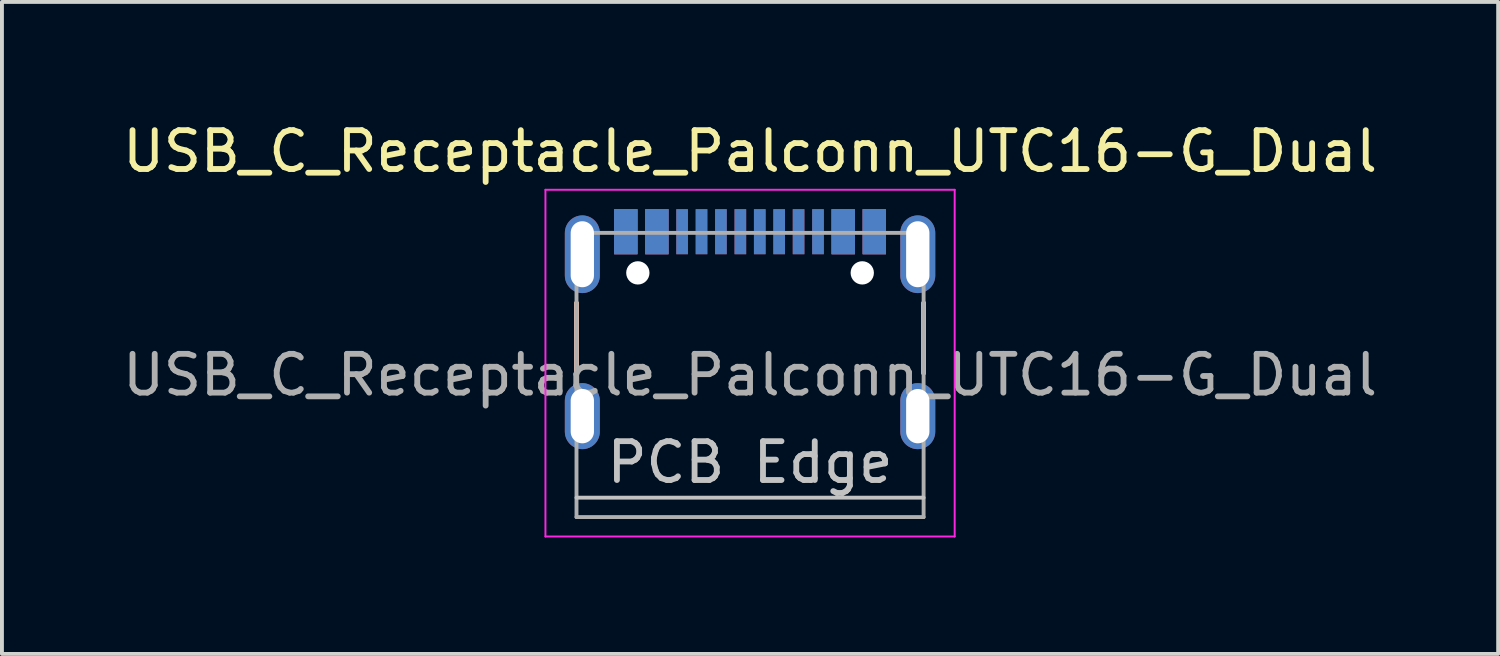
<source format=kicad_pcb>
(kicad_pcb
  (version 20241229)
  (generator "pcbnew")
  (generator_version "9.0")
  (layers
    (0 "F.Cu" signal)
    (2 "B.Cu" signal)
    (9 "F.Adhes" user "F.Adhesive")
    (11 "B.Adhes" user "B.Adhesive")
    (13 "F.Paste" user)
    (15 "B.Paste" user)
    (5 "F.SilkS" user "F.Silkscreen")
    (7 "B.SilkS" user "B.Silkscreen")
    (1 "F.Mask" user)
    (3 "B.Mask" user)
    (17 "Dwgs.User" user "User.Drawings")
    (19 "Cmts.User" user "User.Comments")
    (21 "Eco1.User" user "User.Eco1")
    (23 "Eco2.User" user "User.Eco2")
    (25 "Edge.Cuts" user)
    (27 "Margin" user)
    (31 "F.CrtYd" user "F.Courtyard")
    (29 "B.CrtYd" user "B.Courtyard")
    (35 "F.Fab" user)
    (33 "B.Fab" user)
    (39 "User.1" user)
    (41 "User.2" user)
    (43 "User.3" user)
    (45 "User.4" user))
  (footprint "USB_C_Receptacle_Palconn_UTC16-G_Dual"
    (layer "F.Cu")
    (at 16.268 5.428)
    (property "Reference" "USB_C_Receptacle_Palconn_UTC16-G_Dual" (at 0 -4.58 180) (layer "F.SilkS") (effects (font (size 1 1) (thickness 0.15))))
    (attr smd)
    (fp_line (start -4.47 -0.67) (end -4.47 1.13) (stroke (width 0.12) (type solid)) (layer "F.SilkS"))
    (fp_line (start 4.47 -0.67) (end 4.47 1.13) (stroke (width 0.12) (type solid)) (layer "F.SilkS"))
    (fp_line (start -4.47 -0.67) (end -4.47 1.13) (stroke (width 0.12) (type solid)) (layer "B.SilkS"))
    (fp_line (start 4.47 -0.67) (end 4.47 1.13) (stroke (width 0.12) (type solid)) (layer "B.SilkS"))
    (fp_line (start -4.47 4.34) (end 4.47 4.34) (stroke (width 0.1) (type solid)) (layer "Dwgs.User"))
    (fp_line (start -5.27 -3.59) (end -5.27 5.34) (stroke (width 0.05) (type solid)) (layer "F.CrtYd"))
    (fp_line (start -5.27 5.34) (end 5.27 5.34) (stroke (width 0.05) (type solid)) (layer "F.CrtYd"))
    (fp_line (start 5.27 -3.59) (end -5.27 -3.59) (stroke (width 0.05) (type solid)) (layer "F.CrtYd"))
    (fp_line (start 5.27 5.34) (end 5.27 -3.59) (stroke (width 0.05) (type solid)) (layer "F.CrtYd"))
    (fp_line (start -4.47 -2.48) (end -4.47 4.84) (stroke (width 0.1) (type solid)) (layer "F.Fab"))
    (fp_line (start -4.47 -2.48) (end 4.47 -2.48) (stroke (width 0.1) (type solid)) (layer "F.Fab"))
    (fp_line (start 4.47 -2.48) (end 4.47 4.84) (stroke (width 0.1) (type solid)) (layer "F.Fab"))
    (fp_line (start 4.47 4.84) (end -4.47 4.84) (stroke (width 0.1) (type solid)) (layer "F.Fab"))
    (fp_text user "PCB Edge" (at 0 3.43 180) (layer "Dwgs.User") (effects (font (size 1 1) (thickness 0.15))))
    (fp_text user "${REFERENCE}" (at 0 1.18 180) (layer "F.Fab") (effects (font (size 1 1) (thickness 0.15))))
    (pad "" np_thru_hole circle (at -2.89 -1.45 180) (size 0.6 0.6) (drill 0.6) (layers "*.Cu" "*.Mask"))
    (pad "" np_thru_hole circle (at 2.89 -1.45 180) (size 0.6 0.6) (drill 0.6) (layers "*.Cu" "*.Mask"))
    (pad "A1" smd rect (at -3.2 -2.51) (size 0.6 1.16) (layers "F.Cu" "F.Mask" "F.Paste"))
    (pad "A1" smd rect (at 3.2 -2.51) (size 0.6 1.16) (layers "B.Cu" "B.Mask" "B.Paste"))
    (pad "A4" smd rect (at -2.4 -2.51) (size 0.6 1.16) (layers "F.Cu" "F.Mask" "F.Paste"))
    (pad "A4" smd rect (at 2.4 -2.51) (size 0.6 1.16) (layers "B.Cu" "B.Mask" "B.Paste"))
    (pad "A5" smd rect (at -1.25 -2.51 180) (size 0.3 1.16) (layers "F.Cu" "F.Mask" "F.Paste"))
    (pad "A5" smd rect (at 1.25 -2.51 180) (size 0.3 1.16) (layers "B.Cu" "B.Mask" "B.Paste"))
    (pad "A6" smd rect (at -0.25 -2.51 180) (size 0.3 1.16) (layers "F.Cu" "F.Mask" "F.Paste"))
    (pad "A6" smd rect (at 0.25 -2.51 180) (size 0.3 1.16) (layers "B.Cu" "B.Mask" "B.Paste"))
    (pad "A7" smd rect (at -0.25 -2.51 180) (size 0.3 1.16) (layers "B.Cu" "B.Mask" "B.Paste"))
    (pad "A7" smd rect (at 0.25 -2.51 180) (size 0.3 1.16) (layers "F.Cu" "F.Mask" "F.Paste"))
    (pad "A8" smd rect (at -1.25 -2.51 180) (size 0.3 1.16) (layers "B.Cu" "B.Mask" "B.Paste"))
    (pad "A8" smd rect (at 1.25 -2.51 180) (size 0.3 1.16) (layers "F.Cu" "F.Mask" "F.Paste"))
    (pad "A9" smd rect (at -2.4 -2.51) (size 0.6 1.16) (layers "B.Cu" "B.Mask" "B.Paste"))
    (pad "A9" smd rect (at 2.4 -2.51) (size 0.6 1.16) (layers "F.Cu" "F.Mask" "F.Paste"))
    (pad "A12" smd rect (at -3.2 -2.51) (size 0.6 1.16) (layers "B.Cu" "B.Mask" "B.Paste"))
    (pad "A12" smd rect (at 3.2 -2.51) (size 0.6 1.16) (layers "F.Cu" "F.Mask" "F.Paste"))
    (pad "B1" smd rect (at -3.2 -2.51) (size 0.6 1.16) (layers "B.Cu" "B.Mask" "B.Paste"))
    (pad "B1" smd rect (at 3.2 -2.51) (size 0.6 1.16) (layers "F.Cu" "F.Mask" "F.Paste"))
    (pad "B4" smd rect (at -2.4 -2.51) (size 0.6 1.16) (layers "B.Cu" "B.Mask" "B.Paste"))
    (pad "B4" smd rect (at 2.4 -2.51) (size 0.6 1.16) (layers "F.Cu" "F.Mask" "F.Paste"))
    (pad "B5" smd rect (at -1.75 -2.51 180) (size 0.3 1.16) (layers "B.Cu" "B.Mask" "B.Paste"))
    (pad "B5" smd rect (at 1.75 -2.51 180) (size 0.3 1.16) (layers "F.Cu" "F.Mask" "F.Paste"))
    (pad "B6" smd rect (at -0.75 -2.51 180) (size 0.3 1.16) (layers "B.Cu" "B.Mask" "B.Paste"))
    (pad "B6" smd rect (at 0.75 -2.51 180) (size 0.3 1.16) (layers "F.Cu" "F.Mask" "F.Paste"))
    (pad "B7" smd rect (at -0.75 -2.51 180) (size 0.3 1.16) (layers "F.Cu" "F.Mask" "F.Paste"))
    (pad "B7" smd rect (at 0.75 -2.51 180) (size 0.3 1.16) (layers "B.Cu" "B.Mask" "B.Paste"))
    (pad "B8" smd rect (at -1.75 -2.51 180) (size 0.3 1.16) (layers "F.Cu" "F.Mask" "F.Paste"))
    (pad "B8" smd rect (at 1.75 -2.51 180) (size 0.3 1.16) (layers "B.Cu" "B.Mask" "B.Paste"))
    (pad "B9" smd rect (at -2.4 -2.51) (size 0.6 1.16) (layers "F.Cu" "F.Mask" "F.Paste"))
    (pad "B9" smd rect (at 2.4 -2.51) (size 0.6 1.16) (layers "B.Cu" "B.Mask" "B.Paste"))
    (pad "B12" smd rect (at -3.2 -2.51) (size 0.6 1.16) (layers "F.Cu" "F.Mask" "F.Paste"))
    (pad "B12" smd rect (at 3.2 -2.51) (size 0.6 1.16) (layers "B.Cu" "B.Mask" "B.Paste"))
    (pad "S1" thru_hole oval (at -4.32 -1.93 90) (size 2 0.9) (drill oval 1.7 0.6) (layers "*.Cu" "*.Mask"))
    (pad "S1" thru_hole oval (at -4.32 2.24 90) (size 1.7 0.9) (drill oval 1.4 0.6) (layers "*.Cu" "*.Mask"))
    (pad "S1" thru_hole oval (at 4.32 -1.93 90) (size 2 0.9) (drill oval 1.7 0.6) (layers "*.Cu" "*.Mask"))
    (pad "S1" thru_hole oval (at 4.32 2.24 90) (size 1.7 0.9) (drill oval 1.4 0.6) (layers "*.Cu" "*.Mask")))
  (gr_rect
    (start -3 -3)
    (end 35.536 13.793)
    (stroke (width 0.1) (type default))
    (fill no)
    (layer "Edge.Cuts")))
</source>
